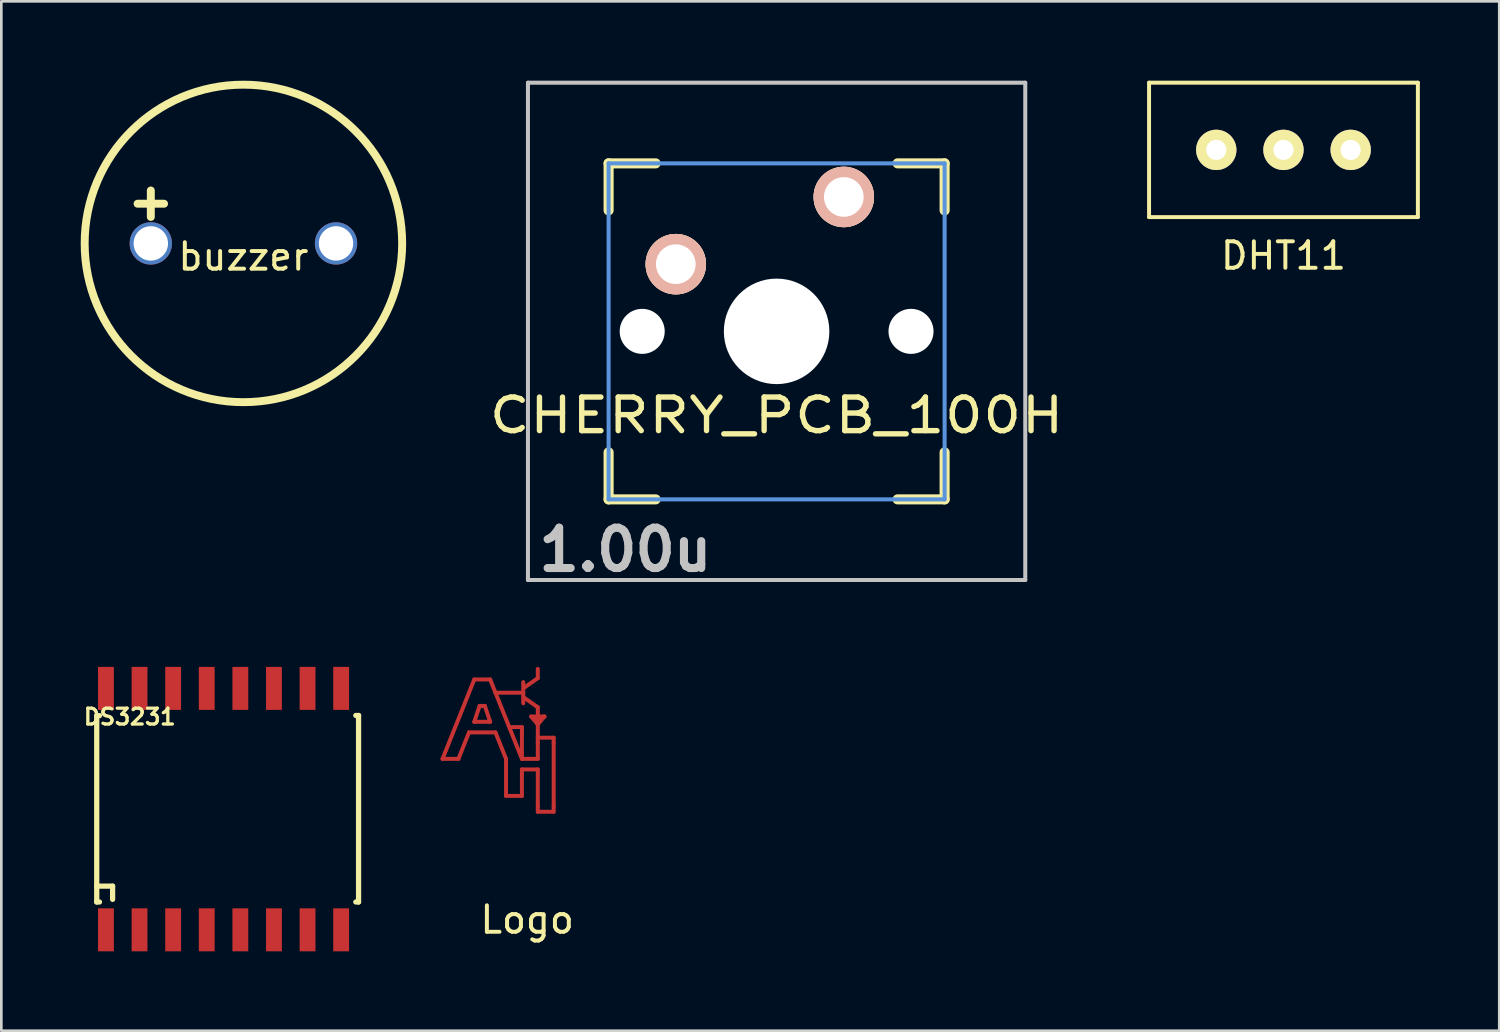
<source format=kicad_pcb>
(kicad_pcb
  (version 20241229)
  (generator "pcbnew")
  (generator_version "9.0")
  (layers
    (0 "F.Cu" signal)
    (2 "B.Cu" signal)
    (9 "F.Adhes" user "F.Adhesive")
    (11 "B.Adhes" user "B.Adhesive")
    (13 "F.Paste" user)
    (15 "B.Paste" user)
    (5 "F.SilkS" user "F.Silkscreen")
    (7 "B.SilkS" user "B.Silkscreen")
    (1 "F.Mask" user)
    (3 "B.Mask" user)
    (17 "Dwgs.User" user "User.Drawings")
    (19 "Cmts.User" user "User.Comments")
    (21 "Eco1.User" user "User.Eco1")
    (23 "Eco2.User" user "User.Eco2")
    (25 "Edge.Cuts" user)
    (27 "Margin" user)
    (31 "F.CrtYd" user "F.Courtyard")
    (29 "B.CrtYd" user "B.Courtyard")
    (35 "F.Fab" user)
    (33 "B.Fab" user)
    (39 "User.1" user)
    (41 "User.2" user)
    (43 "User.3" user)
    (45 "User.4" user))
  (footprint "CHERRY_PCB_100H"
    (layer "F.Cu")
    (at 26.302 9.474)
    (property "Reference" "CHERRY_PCB_100H" (at 0 3.175 0) (layer "F.SilkS") (effects (font (size 1.27 1.524) (thickness 0.203))))
    (attr through_hole)
    (fp_line (start -6.35 -6.35) (end -4.572 -6.35) (stroke (width 0.381) (type solid)) (layer "F.SilkS"))
    (fp_line (start -6.35 -4.572) (end -6.35 -6.35) (stroke (width 0.381) (type solid)) (layer "F.SilkS"))
    (fp_line (start -6.35 6.35) (end -6.35 4.572) (stroke (width 0.381) (type solid)) (layer "F.SilkS"))
    (fp_line (start -4.572 6.35) (end -6.35 6.35) (stroke (width 0.381) (type solid)) (layer "F.SilkS"))
    (fp_line (start 4.572 -6.35) (end 6.35 -6.35) (stroke (width 0.381) (type solid)) (layer "F.SilkS"))
    (fp_line (start 6.35 -6.35) (end 6.35 -4.572) (stroke (width 0.381) (type solid)) (layer "F.SilkS"))
    (fp_line (start 6.35 4.572) (end 6.35 6.35) (stroke (width 0.381) (type solid)) (layer "F.SilkS"))
    (fp_line (start 6.35 6.35) (end 4.572 6.35) (stroke (width 0.381) (type solid)) (layer "F.SilkS"))
    (fp_line (start -9.398 -9.398) (end 9.398 -9.398) (stroke (width 0.152) (type solid)) (layer "Dwgs.User"))
    (fp_line (start -9.398 9.398) (end -9.398 -9.398) (stroke (width 0.152) (type solid)) (layer "Dwgs.User"))
    (fp_line (start 9.398 -9.398) (end 9.398 9.398) (stroke (width 0.152) (type solid)) (layer "Dwgs.User"))
    (fp_line (start 9.398 9.398) (end -9.398 9.398) (stroke (width 0.152) (type solid)) (layer "Dwgs.User"))
    (fp_line (start -6.35 -6.35) (end 6.35 -6.35) (stroke (width 0.152) (type solid)) (layer "Cmts.User"))
    (fp_line (start -6.35 6.35) (end -6.35 -6.35) (stroke (width 0.152) (type solid)) (layer "Cmts.User"))
    (fp_line (start 6.35 -6.35) (end 6.35 6.35) (stroke (width 0.152) (type solid)) (layer "Cmts.User"))
    (fp_line (start 6.35 6.35) (end -6.35 6.35) (stroke (width 0.152) (type solid)) (layer "Cmts.User"))
    (fp_line (start -6.985 -6.985) (end 6.985 -6.985) (stroke (width 0.152) (type solid)) (layer "Eco2.User"))
    (fp_line (start -6.985 6.985) (end -6.985 -6.985) (stroke (width 0.152) (type solid)) (layer "Eco2.User"))
    (fp_line (start 6.985 -6.985) (end 6.985 6.985) (stroke (width 0.152) (type solid)) (layer "Eco2.User"))
    (fp_line (start 6.985 6.985) (end -6.985 6.985) (stroke (width 0.152) (type solid)) (layer "Eco2.User"))
    (fp_text user "1.00u" (at -5.715 8.255 0) (layer "Dwgs.User") (effects (font (size 1.524 1.524) (thickness 0.305))))
    (pad "" np_thru_hole circle (at -5.08 0) (size 1.702 1.702) (drill 1.702) (layers "*.Cu"))
    (pad "" np_thru_hole circle (at 0 0) (size 3.988 3.988) (drill 3.988) (layers "*.Cu"))
    (pad "" np_thru_hole circle (at 5.08 0) (size 1.702 1.702) (drill 1.702) (layers "*.Cu"))
    (pad "1" thru_hole circle (at 2.54 -5.08) (size 2.286 2.286) (drill 1.499) (layers "*.Cu" "*.SilkS" "*.Mask"))
    (pad "2" thru_hole circle (at -3.81 -2.54) (size 2.286 2.286) (drill 1.499) (layers "*.Cu" "*.SilkS" "*.Mask")))
  (footprint "Logo"
    (layer "F.Cu")
    (at 16.876 26.631)
    (property "Reference" "Logo" (at 0 5.08 0) (layer "F.SilkS") (effects (font (size 1 1) (thickness 0.15))))
    (attr through_hole)
    (fp_line (start -3.2 -1) (end -2 -4) (stroke (width 0.15) (type solid)) (layer "F.Cu"))
    (fp_line (start -2.6 -1) (end -3.2 -1) (stroke (width 0.15) (type solid)) (layer "F.Cu"))
    (fp_line (start -2.6 -1) (end -2.2 -2) (stroke (width 0.15) (type solid)) (layer "F.Cu"))
    (fp_line (start -2.2 -2) (end -1.2 -2) (stroke (width 0.15) (type solid)) (layer "F.Cu"))
    (fp_line (start -2 -4) (end -1.4 -4) (stroke (width 0.15) (type solid)) (layer "F.Cu"))
    (fp_line (start -2 -2.4) (end -1.4 -2.4) (stroke (width 0.15) (type solid)) (layer "F.Cu"))
    (fp_line (start -1.8 -3) (end -2 -2.4) (stroke (width 0.15) (type solid)) (layer "F.Cu"))
    (fp_line (start -1.6 -3) (end -1.8 -3) (stroke (width 0.15) (type solid)) (layer "F.Cu"))
    (fp_line (start -1.4 -4) (end -0.2 -1) (stroke (width 0.15) (type solid)) (layer "F.Cu"))
    (fp_line (start -1.4 -2.4) (end -1.6 -3) (stroke (width 0.15) (type solid)) (layer "F.Cu"))
    (fp_line (start -1.2 -3.5) (end -0.15 -3.5) (stroke (width 0.15) (type solid)) (layer "F.Cu"))
    (fp_line (start -1.2 -2) (end -0.8 -1) (stroke (width 0.15) (type solid)) (layer "F.Cu"))
    (fp_line (start -0.8 -1) (end -0.8 0.4) (stroke (width 0.15) (type solid)) (layer "F.Cu"))
    (fp_line (start -0.8 0.4) (end -0.2 0.4) (stroke (width 0.15) (type solid)) (layer "F.Cu"))
    (fp_line (start -0.2 -2.2) (end -0.6 -2.2) (stroke (width 0.15) (type solid)) (layer "F.Cu"))
    (fp_line (start -0.2 -2) (end -0.2 -2.2) (stroke (width 0.15) (type solid)) (layer "F.Cu"))
    (fp_line (start -0.2 -1) (end -0.2 -2) (stroke (width 0.15) (type solid)) (layer "F.Cu"))
    (fp_line (start -0.2 -0.6) (end 0.4 -0.6) (stroke (width 0.15) (type solid)) (layer "F.Cu"))
    (fp_line (start -0.2 0.4) (end -0.2 -0.6) (stroke (width 0.15) (type solid)) (layer "F.Cu"))
    (fp_line (start -0.15 -3.9) (end -0.15 -3.1) (stroke (width 0.15) (type solid)) (layer "F.Cu"))
    (fp_line (start -0.1 -3.7) (end 0.4 -4.05) (stroke (width 0.15) (type solid)) (layer "F.Cu"))
    (fp_line (start -0.1 -3.3) (end 0.4 -2.95) (stroke (width 0.15) (type solid)) (layer "F.Cu"))
    (fp_line (start 0.15 -2.6) (end 0.65 -2.6) (stroke (width 0.15) (type solid)) (layer "F.Cu"))
    (fp_line (start 0.4 -4.05) (end 0.4 -4.4) (stroke (width 0.15) (type solid)) (layer "F.Cu"))
    (fp_line (start 0.4 -2.3) (end 0.15 -2.6) (stroke (width 0.15) (type solid)) (layer "F.Cu"))
    (fp_line (start 0.4 -2.3) (end 0.65 -2.6) (stroke (width 0.15) (type solid)) (layer "F.Cu"))
    (fp_line (start 0.4 -1.8) (end 0.4 -2.95) (stroke (width 0.15) (type solid)) (layer "F.Cu"))
    (fp_line (start 0.4 -1.8) (end 1 -1.8) (stroke (width 0.15) (type solid)) (layer "F.Cu"))
    (fp_line (start 0.4 -1.6) (end 0.4 -1.8) (stroke (width 0.15) (type solid)) (layer "F.Cu"))
    (fp_line (start 0.4 -1.6) (end 0.4 -1) (stroke (width 0.15) (type solid)) (layer "F.Cu"))
    (fp_line (start 0.4 -1) (end -0.2 -1) (stroke (width 0.15) (type solid)) (layer "F.Cu"))
    (fp_line (start 0.4 -0.6) (end 0.4 0.8) (stroke (width 0.15) (type solid)) (layer "F.Cu"))
    (fp_line (start 0.4 0.8) (end 0.4 1) (stroke (width 0.15) (type solid)) (layer "F.Cu"))
    (fp_line (start 0.4 1) (end 1 1) (stroke (width 0.15) (type solid)) (layer "F.Cu"))
    (fp_line (start 0.65 -2.6) (end 0.3 -2.5) (stroke (width 0.15) (type solid)) (layer "F.Cu"))
    (fp_line (start 1 -1.8) (end 1 -1.6) (stroke (width 0.15) (type solid)) (layer "F.Cu"))
    (fp_line (start 1 0.8) (end 1 -1.6) (stroke (width 0.15) (type solid)) (layer "F.Cu"))
    (fp_line (start 1 1) (end 1 0.8) (stroke (width 0.15) (type solid)) (layer "F.Cu")))
  (footprint "DS3231"
    (layer "F.Cu")
    (at 5.354 27.093)
    (property "Reference" "DS3231" (at -3.501 -3.05 0) (layer "F.SilkS") (effects (font (size 0.599 0.599) (thickness 0.124))))
    (attr through_hole)
    (fp_line (start -4.748 -3.095) (end -4.748 3.948) (stroke (width 0.198) (type solid)) (layer "F.SilkS"))
    (fp_line (start -4.748 -3.095) (end -4.644 -3.095) (stroke (width 0.198) (type solid)) (layer "F.SilkS"))
    (fp_line (start -4.748 3.349) (end -4.148 3.349) (stroke (width 0.198) (type solid)) (layer "F.SilkS"))
    (fp_line (start -4.748 3.948) (end -4.644 3.948) (stroke (width 0.198) (type solid)) (layer "F.SilkS"))
    (fp_line (start -4.148 3.349) (end -4.148 3.849) (stroke (width 0.198) (type solid)) (layer "F.SilkS"))
    (fp_line (start 5.044 -3.102) (end 5.148 -3.102) (stroke (width 0.198) (type solid)) (layer "F.SilkS"))
    (fp_line (start 5.044 3.948) (end 5.148 3.948) (stroke (width 0.198) (type solid)) (layer "F.SilkS"))
    (fp_line (start 5.148 -3.102) (end 5.148 3.948) (stroke (width 0.198) (type solid)) (layer "F.SilkS"))
    (pad "1" smd rect (at -4.4 5) (size 0.599 1.625) (layers "F.Cu" "F.Mask" "F.Paste"))
    (pad "2" smd rect (at -3.13 5) (size 0.599 1.625) (layers "F.Cu" "F.Mask" "F.Paste"))
    (pad "3" smd rect (at -1.86 5) (size 0.599 1.625) (layers "F.Cu" "F.Mask" "F.Paste"))
    (pad "4" smd rect (at -0.59 5) (size 0.599 1.625) (layers "F.Cu" "F.Mask" "F.Paste"))
    (pad "5" smd rect (at 0.68 5) (size 0.599 1.625) (layers "F.Cu" "F.Mask" "F.Paste"))
    (pad "6" smd rect (at 1.95 5) (size 0.599 1.625) (layers "F.Cu" "F.Mask" "F.Paste"))
    (pad "7" smd rect (at 3.22 5) (size 0.599 1.625) (layers "F.Cu" "F.Mask" "F.Paste"))
    (pad "8" smd rect (at 4.49 5) (size 0.599 1.625) (layers "F.Cu" "F.Mask" "F.Paste"))
    (pad "9" smd rect (at 4.49 -4.125) (size 0.599 1.625) (layers "F.Cu" "F.Mask" "F.Paste"))
    (pad "10" smd rect (at 3.22 -4.125) (size 0.599 1.625) (layers "F.Cu" "F.Mask" "F.Paste"))
    (pad "11" smd rect (at 1.95 -4.125) (size 0.599 1.625) (layers "F.Cu" "F.Mask" "F.Paste"))
    (pad "12" smd rect (at 0.68 -4.125) (size 0.599 1.625) (layers "F.Cu" "F.Mask" "F.Paste"))
    (pad "13" smd rect (at -0.59 -4.125) (size 0.599 1.625) (layers "F.Cu" "F.Mask" "F.Paste"))
    (pad "14" smd rect (at -1.86 -4.125) (size 0.599 1.625) (layers "F.Cu" "F.Mask" "F.Paste"))
    (pad "15" smd rect (at -3.13 -4.125) (size 0.599 1.625) (layers "F.Cu" "F.Mask" "F.Paste"))
    (pad "16" smd rect (at -4.4 -4.125) (size 0.599 1.625) (layers "F.Cu" "F.Mask" "F.Paste")))
  (footprint "buzzer"
    (layer "F.Cu")
    (at 6.15 6.15)
    (property "Reference" "buzzer" (at 0 0.5 0) (layer "F.SilkS") (effects (font (size 1 1) (thickness 0.15))))
    (attr through_hole)
    (fp_line (start -4 -1.5) (end -3 -1.5) (stroke (width 0.3) (type solid)) (layer "F.SilkS"))
    (fp_line (start -3.5 -1) (end -3.5 -2) (stroke (width 0.3) (type solid)) (layer "F.SilkS"))
    (fp_circle (center 0 0) (end 6 0) (stroke (width 0.3) (type solid)) (fill no) (layer "F.SilkS"))
    (pad "1" thru_hole circle (at -3.5 0) (size 1.6 1.6) (drill 1.3) (layers "*.Cu" "*.Mask"))
    (pad "2" thru_hole circle (at 3.5 0) (size 1.6 1.6) (drill 1.3) (layers "*.Cu" "*.Mask")))
  (footprint "DHT11"
    (layer "F.Cu")
    (at 45.459 2.615)
    (property "Reference" "DHT11" (at 0 4 0) (layer "F.SilkS") (effects (font (size 1 1) (thickness 0.15))))
    (attr through_hole)
    (fp_line (start -5.08 -2.54) (end 5.08 -2.54) (stroke (width 0.15) (type solid)) (layer "F.SilkS"))
    (fp_line (start -5.08 2.54) (end -5.08 -2.54) (stroke (width 0.15) (type solid)) (layer "F.SilkS"))
    (fp_line (start 5.08 -2.54) (end 5.08 2.54) (stroke (width 0.15) (type solid)) (layer "F.SilkS"))
    (fp_line (start 5.08 2.54) (end -5.08 2.54) (stroke (width 0.15) (type solid)) (layer "F.SilkS"))
    (pad "1" thru_hole circle (at -2.54 0) (size 1.524 1.524) (drill 0.762) (layers "*.Cu" "*.Mask" "F.SilkS"))
    (pad "2" thru_hole circle (at 0 0) (size 1.524 1.524) (drill 0.762) (layers "*.Cu" "*.Mask" "F.SilkS"))
    (pad "3" thru_hole circle (at 2.54 0) (size 1.524 1.524) (drill 0.762) (layers "*.Cu" "*.Mask" "F.SilkS")))
  (gr_rect
    (start -3 -3)
    (end 53.614 35.906)
    (stroke (width 0.1) (type default))
    (fill no)
    (layer "Edge.Cuts")))
</source>
